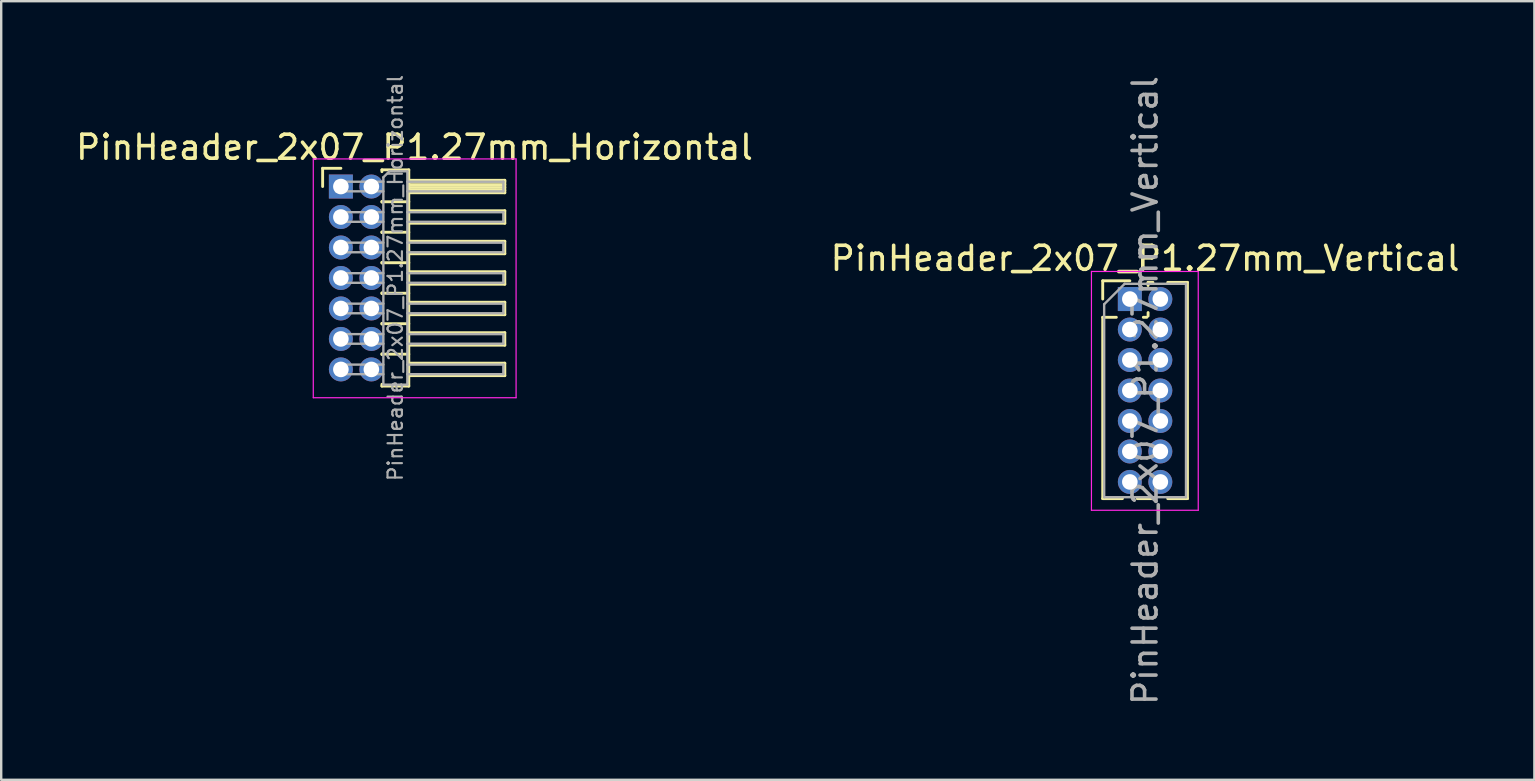
<source format=kicad_pcb>
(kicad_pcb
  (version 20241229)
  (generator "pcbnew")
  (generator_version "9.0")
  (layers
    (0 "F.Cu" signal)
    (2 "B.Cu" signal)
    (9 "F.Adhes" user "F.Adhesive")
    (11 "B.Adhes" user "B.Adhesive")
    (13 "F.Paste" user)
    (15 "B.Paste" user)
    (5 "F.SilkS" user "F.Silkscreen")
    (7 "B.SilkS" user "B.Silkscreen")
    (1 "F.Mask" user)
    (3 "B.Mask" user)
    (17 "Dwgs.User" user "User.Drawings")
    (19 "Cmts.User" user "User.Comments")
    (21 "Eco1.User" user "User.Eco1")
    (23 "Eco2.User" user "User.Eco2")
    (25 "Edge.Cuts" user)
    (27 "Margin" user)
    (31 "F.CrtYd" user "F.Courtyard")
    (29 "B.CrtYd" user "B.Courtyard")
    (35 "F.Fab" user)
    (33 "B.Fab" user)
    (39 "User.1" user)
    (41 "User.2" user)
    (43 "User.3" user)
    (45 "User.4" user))
  (footprint "PinHeader_2x07_P1.27mm_Vertical"
    (layer "F.Cu")
    (at 44.026 9.41)
    (property "Reference" "PinHeader_2x07_P1.27mm_Vertical" (at 0.635 -1.695 0) (layer "F.SilkS") (effects (font (size 1 1) (thickness 0.15))))
    (attr through_hole)
    (fp_line (start -1.13 -0.76) (end 0 -0.76) (stroke (width 0.12) (type solid)) (layer "F.SilkS"))
    (fp_line (start -1.13 0) (end -1.13 -0.76) (stroke (width 0.12) (type solid)) (layer "F.SilkS"))
    (fp_line (start -1.13 0.76) (end -1.13 8.315) (stroke (width 0.12) (type solid)) (layer "F.SilkS"))
    (fp_line (start -1.13 0.76) (end -0.563 0.76) (stroke (width 0.12) (type solid)) (layer "F.SilkS"))
    (fp_line (start -1.13 8.315) (end -0.308 8.315) (stroke (width 0.12) (type solid)) (layer "F.SilkS"))
    (fp_line (start 0.308 8.315) (end 0.962 8.315) (stroke (width 0.12) (type solid)) (layer "F.SilkS"))
    (fp_line (start 0.563 0.76) (end 0.707 0.76) (stroke (width 0.12) (type solid)) (layer "F.SilkS"))
    (fp_line (start 0.76 -0.695) (end 0.962 -0.695) (stroke (width 0.12) (type solid)) (layer "F.SilkS"))
    (fp_line (start 0.76 -0.563) (end 0.76 -0.695) (stroke (width 0.12) (type solid)) (layer "F.SilkS"))
    (fp_line (start 0.76 0.707) (end 0.76 0.563) (stroke (width 0.12) (type solid)) (layer "F.SilkS"))
    (fp_line (start 1.578 -0.695) (end 2.4 -0.695) (stroke (width 0.12) (type solid)) (layer "F.SilkS"))
    (fp_line (start 1.578 8.315) (end 2.4 8.315) (stroke (width 0.12) (type solid)) (layer "F.SilkS"))
    (fp_line (start 2.4 -0.695) (end 2.4 8.315) (stroke (width 0.12) (type solid)) (layer "F.SilkS"))
    (fp_line (start -1.6 -1.15) (end -1.6 8.8) (stroke (width 0.05) (type solid)) (layer "F.CrtYd"))
    (fp_line (start -1.6 8.8) (end 2.85 8.8) (stroke (width 0.05) (type solid)) (layer "F.CrtYd"))
    (fp_line (start 2.85 -1.15) (end -1.6 -1.15) (stroke (width 0.05) (type solid)) (layer "F.CrtYd"))
    (fp_line (start 2.85 8.8) (end 2.85 -1.15) (stroke (width 0.05) (type solid)) (layer "F.CrtYd"))
    (fp_line (start -1.07 0.217) (end -0.217 -0.635) (stroke (width 0.1) (type solid)) (layer "F.Fab"))
    (fp_line (start -1.07 8.255) (end -1.07 0.217) (stroke (width 0.1) (type solid)) (layer "F.Fab"))
    (fp_line (start -0.217 -0.635) (end 2.34 -0.635) (stroke (width 0.1) (type solid)) (layer "F.Fab"))
    (fp_line (start 2.34 -0.635) (end 2.34 8.255) (stroke (width 0.1) (type solid)) (layer "F.Fab"))
    (fp_line (start 2.34 8.255) (end -1.07 8.255) (stroke (width 0.1) (type solid)) (layer "F.Fab"))
    (fp_text user "${REFERENCE}" (at 0.635 3.81 90) (layer "F.Fab") (effects (font (size 1 1) (thickness 0.15))))
    (pad "1" thru_hole rect (at 0 0) (size 1 1) (drill 0.65) (layers "*.Cu" "*.Mask"))
    (pad "2" thru_hole oval (at 1.27 0) (size 1 1) (drill 0.65) (layers "*.Cu" "*.Mask"))
    (pad "3" thru_hole oval (at 0 1.27) (size 1 1) (drill 0.65) (layers "*.Cu" "*.Mask"))
    (pad "4" thru_hole oval (at 1.27 1.27) (size 1 1) (drill 0.65) (layers "*.Cu" "*.Mask"))
    (pad "5" thru_hole oval (at 0 2.54) (size 1 1) (drill 0.65) (layers "*.Cu" "*.Mask"))
    (pad "6" thru_hole oval (at 1.27 2.54) (size 1 1) (drill 0.65) (layers "*.Cu" "*.Mask"))
    (pad "7" thru_hole oval (at 0 3.81) (size 1 1) (drill 0.65) (layers "*.Cu" "*.Mask"))
    (pad "8" thru_hole oval (at 1.27 3.81) (size 1 1) (drill 0.65) (layers "*.Cu" "*.Mask"))
    (pad "9" thru_hole oval (at 0 5.08) (size 1 1) (drill 0.65) (layers "*.Cu" "*.Mask"))
    (pad "10" thru_hole oval (at 1.27 5.08) (size 1 1) (drill 0.65) (layers "*.Cu" "*.Mask"))
    (pad "11" thru_hole oval (at 0 6.35) (size 1 1) (drill 0.65) (layers "*.Cu" "*.Mask"))
    (pad "12" thru_hole oval (at 1.27 6.35) (size 1 1) (drill 0.65) (layers "*.Cu" "*.Mask"))
    (pad "13" thru_hole oval (at 0 7.62) (size 1 1) (drill 0.65) (layers "*.Cu" "*.Mask"))
    (pad "14" thru_hole oval (at 1.27 7.62) (size 1 1) (drill 0.65) (layers "*.Cu" "*.Mask")))
  (footprint "PinHeader_2x07_P1.27mm_Horizontal"
    (layer "F.Cu")
    (at 11.153 4.722)
    (property "Reference" "PinHeader_2x07_P1.27mm_Horizontal" (at 3.067 -1.635 0) (layer "F.SilkS") (effects (font (size 1 1) (thickness 0.15))))
    (attr through_hole)
    (fp_line (start -0.76 -0.76) (end 0 -0.76) (stroke (width 0.12) (type solid)) (layer "F.SilkS"))
    (fp_line (start -0.76 0) (end -0.76 -0.76) (stroke (width 0.12) (type solid)) (layer "F.SilkS"))
    (fp_line (start 1.71 -0.695) (end 2.83 -0.695) (stroke (width 0.12) (type solid)) (layer "F.SilkS"))
    (fp_line (start 1.71 -0.62) (end 1.71 -0.695) (stroke (width 0.12) (type solid)) (layer "F.SilkS"))
    (fp_line (start 1.71 0.62) (end 1.71 0.65) (stroke (width 0.12) (type solid)) (layer "F.SilkS"))
    (fp_line (start 1.71 0.635) (end 2.83 0.635) (stroke (width 0.12) (type solid)) (layer "F.SilkS"))
    (fp_line (start 1.71 1.89) (end 1.71 1.92) (stroke (width 0.12) (type solid)) (layer "F.SilkS"))
    (fp_line (start 1.71 1.905) (end 2.83 1.905) (stroke (width 0.12) (type solid)) (layer "F.SilkS"))
    (fp_line (start 1.71 3.16) (end 1.71 3.19) (stroke (width 0.12) (type solid)) (layer "F.SilkS"))
    (fp_line (start 1.71 3.175) (end 2.83 3.175) (stroke (width 0.12) (type solid)) (layer "F.SilkS"))
    (fp_line (start 1.71 4.43) (end 1.71 4.46) (stroke (width 0.12) (type solid)) (layer "F.SilkS"))
    (fp_line (start 1.71 4.445) (end 2.83 4.445) (stroke (width 0.12) (type solid)) (layer "F.SilkS"))
    (fp_line (start 1.71 5.7) (end 1.71 5.73) (stroke (width 0.12) (type solid)) (layer "F.SilkS"))
    (fp_line (start 1.71 5.715) (end 2.83 5.715) (stroke (width 0.12) (type solid)) (layer "F.SilkS"))
    (fp_line (start 1.71 6.97) (end 1.71 7) (stroke (width 0.12) (type solid)) (layer "F.SilkS"))
    (fp_line (start 1.71 6.985) (end 2.83 6.985) (stroke (width 0.12) (type solid)) (layer "F.SilkS"))
    (fp_line (start 1.71 8.315) (end 1.71 8.24) (stroke (width 0.12) (type solid)) (layer "F.SilkS"))
    (fp_line (start 2.83 -0.695) (end 2.83 8.315) (stroke (width 0.12) (type solid)) (layer "F.SilkS"))
    (fp_line (start 2.83 -0.26) (end 6.83 -0.26) (stroke (width 0.12) (type solid)) (layer "F.SilkS"))
    (fp_line (start 2.83 -0.2) (end 6.83 -0.2) (stroke (width 0.12) (type solid)) (layer "F.SilkS"))
    (fp_line (start 2.83 -0.08) (end 6.83 -0.08) (stroke (width 0.12) (type solid)) (layer "F.SilkS"))
    (fp_line (start 2.83 0.04) (end 6.83 0.04) (stroke (width 0.12) (type solid)) (layer "F.SilkS"))
    (fp_line (start 2.83 0.16) (end 6.83 0.16) (stroke (width 0.12) (type solid)) (layer "F.SilkS"))
    (fp_line (start 2.83 1.01) (end 6.83 1.01) (stroke (width 0.12) (type solid)) (layer "F.SilkS"))
    (fp_line (start 2.83 2.28) (end 6.83 2.28) (stroke (width 0.12) (type solid)) (layer "F.SilkS"))
    (fp_line (start 2.83 3.55) (end 6.83 3.55) (stroke (width 0.12) (type solid)) (layer "F.SilkS"))
    (fp_line (start 2.83 4.82) (end 6.83 4.82) (stroke (width 0.12) (type solid)) (layer "F.SilkS"))
    (fp_line (start 2.83 6.09) (end 6.83 6.09) (stroke (width 0.12) (type solid)) (layer "F.SilkS"))
    (fp_line (start 2.83 7.36) (end 6.83 7.36) (stroke (width 0.12) (type solid)) (layer "F.SilkS"))
    (fp_line (start 2.83 8.315) (end 1.71 8.315) (stroke (width 0.12) (type solid)) (layer "F.SilkS"))
    (fp_line (start 6.83 -0.26) (end 6.83 0.26) (stroke (width 0.12) (type solid)) (layer "F.SilkS"))
    (fp_line (start 6.83 0.26) (end 2.83 0.26) (stroke (width 0.12) (type solid)) (layer "F.SilkS"))
    (fp_line (start 6.83 1.01) (end 6.83 1.53) (stroke (width 0.12) (type solid)) (layer "F.SilkS"))
    (fp_line (start 6.83 1.53) (end 2.83 1.53) (stroke (width 0.12) (type solid)) (layer "F.SilkS"))
    (fp_line (start 6.83 2.28) (end 6.83 2.8) (stroke (width 0.12) (type solid)) (layer "F.SilkS"))
    (fp_line (start 6.83 2.8) (end 2.83 2.8) (stroke (width 0.12) (type solid)) (layer "F.SilkS"))
    (fp_line (start 6.83 3.55) (end 6.83 4.07) (stroke (width 0.12) (type solid)) (layer "F.SilkS"))
    (fp_line (start 6.83 4.07) (end 2.83 4.07) (stroke (width 0.12) (type solid)) (layer "F.SilkS"))
    (fp_line (start 6.83 4.82) (end 6.83 5.34) (stroke (width 0.12) (type solid)) (layer "F.SilkS"))
    (fp_line (start 6.83 5.34) (end 2.83 5.34) (stroke (width 0.12) (type solid)) (layer "F.SilkS"))
    (fp_line (start 6.83 6.09) (end 6.83 6.61) (stroke (width 0.12) (type solid)) (layer "F.SilkS"))
    (fp_line (start 6.83 6.61) (end 2.83 6.61) (stroke (width 0.12) (type solid)) (layer "F.SilkS"))
    (fp_line (start 6.83 7.36) (end 6.83 7.88) (stroke (width 0.12) (type solid)) (layer "F.SilkS"))
    (fp_line (start 6.83 7.88) (end 2.83 7.88) (stroke (width 0.12) (type solid)) (layer "F.SilkS"))
    (fp_line (start -1.15 -1.15) (end -1.15 8.8) (stroke (width 0.05) (type solid)) (layer "F.CrtYd"))
    (fp_line (start -1.15 8.8) (end 7.3 8.8) (stroke (width 0.05) (type solid)) (layer "F.CrtYd"))
    (fp_line (start 7.3 -1.15) (end -1.15 -1.15) (stroke (width 0.05) (type solid)) (layer "F.CrtYd"))
    (fp_line (start 7.3 8.8) (end 7.3 -1.15) (stroke (width 0.05) (type solid)) (layer "F.CrtYd"))
    (fp_line (start -0.2 -0.2) (end -0.2 0.2) (stroke (width 0.1) (type solid)) (layer "F.Fab"))
    (fp_line (start -0.2 -0.2) (end 1.77 -0.2) (stroke (width 0.1) (type solid)) (layer "F.Fab"))
    (fp_line (start -0.2 0.2) (end 1.77 0.2) (stroke (width 0.1) (type solid)) (layer "F.Fab"))
    (fp_line (start -0.2 1.07) (end -0.2 1.47) (stroke (width 0.1) (type solid)) (layer "F.Fab"))
    (fp_line (start -0.2 1.07) (end 1.77 1.07) (stroke (width 0.1) (type solid)) (layer "F.Fab"))
    (fp_line (start -0.2 1.47) (end 1.77 1.47) (stroke (width 0.1) (type solid)) (layer "F.Fab"))
    (fp_line (start -0.2 2.34) (end -0.2 2.74) (stroke (width 0.1) (type solid)) (layer "F.Fab"))
    (fp_line (start -0.2 2.34) (end 1.77 2.34) (stroke (width 0.1) (type solid)) (layer "F.Fab"))
    (fp_line (start -0.2 2.74) (end 1.77 2.74) (stroke (width 0.1) (type solid)) (layer "F.Fab"))
    (fp_line (start -0.2 3.61) (end -0.2 4.01) (stroke (width 0.1) (type solid)) (layer "F.Fab"))
    (fp_line (start -0.2 3.61) (end 1.77 3.61) (stroke (width 0.1) (type solid)) (layer "F.Fab"))
    (fp_line (start -0.2 4.01) (end 1.77 4.01) (stroke (width 0.1) (type solid)) (layer "F.Fab"))
    (fp_line (start -0.2 4.88) (end -0.2 5.28) (stroke (width 0.1) (type solid)) (layer "F.Fab"))
    (fp_line (start -0.2 4.88) (end 1.77 4.88) (stroke (width 0.1) (type solid)) (layer "F.Fab"))
    (fp_line (start -0.2 5.28) (end 1.77 5.28) (stroke (width 0.1) (type solid)) (layer "F.Fab"))
    (fp_line (start -0.2 6.15) (end -0.2 6.55) (stroke (width 0.1) (type solid)) (layer "F.Fab"))
    (fp_line (start -0.2 6.15) (end 1.77 6.15) (stroke (width 0.1) (type solid)) (layer "F.Fab"))
    (fp_line (start -0.2 6.55) (end 1.77 6.55) (stroke (width 0.1) (type solid)) (layer "F.Fab"))
    (fp_line (start -0.2 7.42) (end -0.2 7.82) (stroke (width 0.1) (type solid)) (layer "F.Fab"))
    (fp_line (start -0.2 7.42) (end 1.77 7.42) (stroke (width 0.1) (type solid)) (layer "F.Fab"))
    (fp_line (start -0.2 7.82) (end 1.77 7.82) (stroke (width 0.1) (type solid)) (layer "F.Fab"))
    (fp_line (start 1.77 -0.385) (end 2.02 -0.635) (stroke (width 0.1) (type solid)) (layer "F.Fab"))
    (fp_line (start 1.77 8.255) (end 1.77 -0.385) (stroke (width 0.1) (type solid)) (layer "F.Fab"))
    (fp_line (start 2.02 -0.635) (end 2.77 -0.635) (stroke (width 0.1) (type solid)) (layer "F.Fab"))
    (fp_line (start 2.77 -0.635) (end 2.77 8.255) (stroke (width 0.1) (type solid)) (layer "F.Fab"))
    (fp_line (start 2.77 -0.2) (end 6.77 -0.2) (stroke (width 0.1) (type solid)) (layer "F.Fab"))
    (fp_line (start 2.77 0.2) (end 6.77 0.2) (stroke (width 0.1) (type solid)) (layer "F.Fab"))
    (fp_line (start 2.77 1.07) (end 6.77 1.07) (stroke (width 0.1) (type solid)) (layer "F.Fab"))
    (fp_line (start 2.77 1.47) (end 6.77 1.47) (stroke (width 0.1) (type solid)) (layer "F.Fab"))
    (fp_line (start 2.77 2.34) (end 6.77 2.34) (stroke (width 0.1) (type solid)) (layer "F.Fab"))
    (fp_line (start 2.77 2.74) (end 6.77 2.74) (stroke (width 0.1) (type solid)) (layer "F.Fab"))
    (fp_line (start 2.77 3.61) (end 6.77 3.61) (stroke (width 0.1) (type solid)) (layer "F.Fab"))
    (fp_line (start 2.77 4.01) (end 6.77 4.01) (stroke (width 0.1) (type solid)) (layer "F.Fab"))
    (fp_line (start 2.77 4.88) (end 6.77 4.88) (stroke (width 0.1) (type solid)) (layer "F.Fab"))
    (fp_line (start 2.77 5.28) (end 6.77 5.28) (stroke (width 0.1) (type solid)) (layer "F.Fab"))
    (fp_line (start 2.77 6.15) (end 6.77 6.15) (stroke (width 0.1) (type solid)) (layer "F.Fab"))
    (fp_line (start 2.77 6.55) (end 6.77 6.55) (stroke (width 0.1) (type solid)) (layer "F.Fab"))
    (fp_line (start 2.77 7.42) (end 6.77 7.42) (stroke (width 0.1) (type solid)) (layer "F.Fab"))
    (fp_line (start 2.77 7.82) (end 6.77 7.82) (stroke (width 0.1) (type solid)) (layer "F.Fab"))
    (fp_line (start 2.77 8.255) (end 1.77 8.255) (stroke (width 0.1) (type solid)) (layer "F.Fab"))
    (fp_line (start 6.77 -0.2) (end 6.77 0.2) (stroke (width 0.1) (type solid)) (layer "F.Fab"))
    (fp_line (start 6.77 1.07) (end 6.77 1.47) (stroke (width 0.1) (type solid)) (layer "F.Fab"))
    (fp_line (start 6.77 2.34) (end 6.77 2.74) (stroke (width 0.1) (type solid)) (layer "F.Fab"))
    (fp_line (start 6.77 3.61) (end 6.77 4.01) (stroke (width 0.1) (type solid)) (layer "F.Fab"))
    (fp_line (start 6.77 4.88) (end 6.77 5.28) (stroke (width 0.1) (type solid)) (layer "F.Fab"))
    (fp_line (start 6.77 6.15) (end 6.77 6.55) (stroke (width 0.1) (type solid)) (layer "F.Fab"))
    (fp_line (start 6.77 7.42) (end 6.77 7.82) (stroke (width 0.1) (type solid)) (layer "F.Fab"))
    (fp_text user "${REFERENCE}" (at 2.27 3.81 90) (layer "F.Fab") (effects (font (size 0.6 0.6) (thickness 0.09))))
    (pad "1" thru_hole rect (at 0 0) (size 1 1) (drill 0.65) (layers "*.Cu" "*.Mask"))
    (pad "2" thru_hole oval (at 1.27 0) (size 1 1) (drill 0.65) (layers "*.Cu" "*.Mask"))
    (pad "3" thru_hole oval (at 0 1.27) (size 1 1) (drill 0.65) (layers "*.Cu" "*.Mask"))
    (pad "4" thru_hole oval (at 1.27 1.27) (size 1 1) (drill 0.65) (layers "*.Cu" "*.Mask"))
    (pad "5" thru_hole oval (at 0 2.54) (size 1 1) (drill 0.65) (layers "*.Cu" "*.Mask"))
    (pad "6" thru_hole oval (at 1.27 2.54) (size 1 1) (drill 0.65) (layers "*.Cu" "*.Mask"))
    (pad "7" thru_hole oval (at 0 3.81) (size 1 1) (drill 0.65) (layers "*.Cu" "*.Mask"))
    (pad "8" thru_hole oval (at 1.27 3.81) (size 1 1) (drill 0.65) (layers "*.Cu" "*.Mask"))
    (pad "9" thru_hole oval (at 0 5.08) (size 1 1) (drill 0.65) (layers "*.Cu" "*.Mask"))
    (pad "10" thru_hole oval (at 1.27 5.08) (size 1 1) (drill 0.65) (layers "*.Cu" "*.Mask"))
    (pad "11" thru_hole oval (at 0 6.35) (size 1 1) (drill 0.65) (layers "*.Cu" "*.Mask"))
    (pad "12" thru_hole oval (at 1.27 6.35) (size 1 1) (drill 0.65) (layers "*.Cu" "*.Mask"))
    (pad "13" thru_hole oval (at 0 7.62) (size 1 1) (drill 0.65) (layers "*.Cu" "*.Mask"))
    (pad "14" thru_hole oval (at 1.27 7.62) (size 1 1) (drill 0.65) (layers "*.Cu" "*.Mask")))
  (gr_rect
    (start -3 -3)
    (end 60.881 29.44)
    (stroke (width 0.1) (type default))
    (fill no)
    (layer "Edge.Cuts")))
</source>
